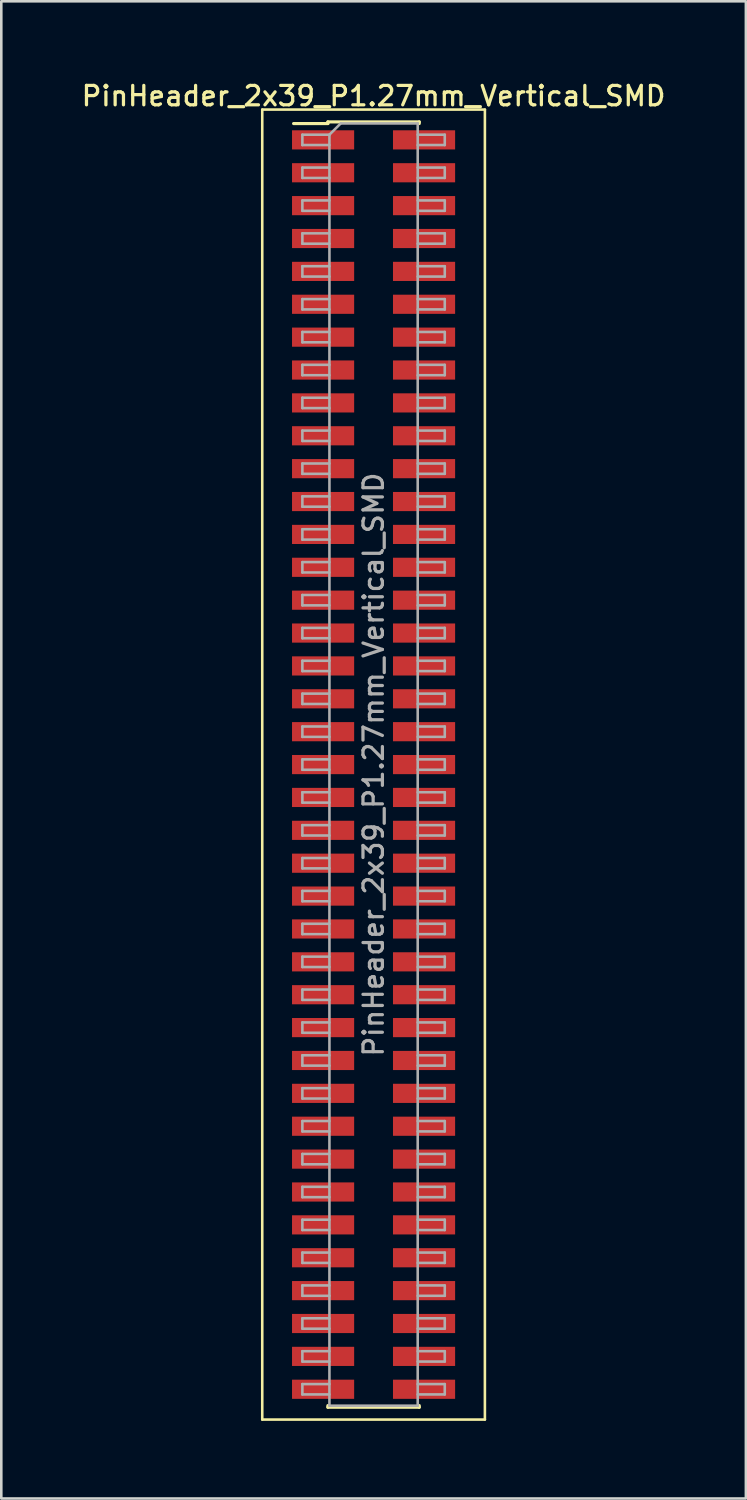
<source format=kicad_pcb>
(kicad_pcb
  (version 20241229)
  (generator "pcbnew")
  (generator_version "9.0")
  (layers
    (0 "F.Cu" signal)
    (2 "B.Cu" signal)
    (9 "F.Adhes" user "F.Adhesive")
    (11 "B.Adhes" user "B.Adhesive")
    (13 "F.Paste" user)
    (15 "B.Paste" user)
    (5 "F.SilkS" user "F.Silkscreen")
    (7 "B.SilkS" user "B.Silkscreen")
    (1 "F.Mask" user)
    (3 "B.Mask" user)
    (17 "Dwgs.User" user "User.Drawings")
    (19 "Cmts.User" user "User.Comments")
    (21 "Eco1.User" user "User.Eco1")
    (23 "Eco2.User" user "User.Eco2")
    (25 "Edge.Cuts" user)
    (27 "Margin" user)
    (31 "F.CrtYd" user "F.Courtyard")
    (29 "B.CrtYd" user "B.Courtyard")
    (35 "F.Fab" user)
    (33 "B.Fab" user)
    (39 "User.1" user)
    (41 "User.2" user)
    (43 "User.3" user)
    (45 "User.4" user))
  (footprint "PinHeader_2x39_P1.27mm_Vertical_SMD"
    (layer "F.Cu")
    (at 11.38 26.483)
    (property "Reference" "PinHeader_2x39_P1.27mm_Vertical_SMD" (at 0 -25.825 0) (layer "F.SilkS") (effects (font (size 0.75 0.75) (thickness 0.125))))
    (attr smd)
    (fp_line (start -4.3 -25.3) (end -4.3 25.3) (stroke (width 0.1) (type solid)) (layer "F.SilkS"))
    (fp_line (start -4.3 25.3) (end 4.3 25.3) (stroke (width 0.1) (type solid)) (layer "F.SilkS"))
    (fp_line (start -3.09 -24.76) (end -1.765 -24.76) (stroke (width 0.12) (type solid)) (layer "F.SilkS"))
    (fp_line (start -1.765 -24.825) (end -1.765 -24.76) (stroke (width 0.12) (type solid)) (layer "F.SilkS"))
    (fp_line (start -1.765 -24.825) (end 1.765 -24.825) (stroke (width 0.12) (type solid)) (layer "F.SilkS"))
    (fp_line (start -1.765 24.76) (end -1.765 24.825) (stroke (width 0.12) (type solid)) (layer "F.SilkS"))
    (fp_line (start -1.765 24.825) (end 1.765 24.825) (stroke (width 0.12) (type solid)) (layer "F.SilkS"))
    (fp_line (start 1.765 -24.825) (end 1.765 -24.76) (stroke (width 0.12) (type solid)) (layer "F.SilkS"))
    (fp_line (start 1.765 24.76) (end 1.765 24.825) (stroke (width 0.12) (type solid)) (layer "F.SilkS"))
    (fp_line (start 4.3 -25.3) (end -4.3 -25.3) (stroke (width 0.1) (type solid)) (layer "F.SilkS"))
    (fp_line (start 4.3 25.3) (end 4.3 -25.3) (stroke (width 0.1) (type solid)) (layer "F.SilkS"))
    (fp_line (start -2.75 -24.33) (end -2.75 -23.93) (stroke (width 0.1) (type solid)) (layer "F.Fab"))
    (fp_line (start -2.75 -23.93) (end -1.705 -23.93) (stroke (width 0.1) (type solid)) (layer "F.Fab"))
    (fp_line (start -2.75 -23.06) (end -2.75 -22.66) (stroke (width 0.1) (type solid)) (layer "F.Fab"))
    (fp_line (start -2.75 -22.66) (end -1.705 -22.66) (stroke (width 0.1) (type solid)) (layer "F.Fab"))
    (fp_line (start -2.75 -21.79) (end -2.75 -21.39) (stroke (width 0.1) (type solid)) (layer "F.Fab"))
    (fp_line (start -2.75 -21.39) (end -1.705 -21.39) (stroke (width 0.1) (type solid)) (layer "F.Fab"))
    (fp_line (start -2.75 -20.52) (end -2.75 -20.12) (stroke (width 0.1) (type solid)) (layer "F.Fab"))
    (fp_line (start -2.75 -20.12) (end -1.705 -20.12) (stroke (width 0.1) (type solid)) (layer "F.Fab"))
    (fp_line (start -2.75 -19.25) (end -2.75 -18.85) (stroke (width 0.1) (type solid)) (layer "F.Fab"))
    (fp_line (start -2.75 -18.85) (end -1.705 -18.85) (stroke (width 0.1) (type solid)) (layer "F.Fab"))
    (fp_line (start -2.75 -17.98) (end -2.75 -17.58) (stroke (width 0.1) (type solid)) (layer "F.Fab"))
    (fp_line (start -2.75 -17.58) (end -1.705 -17.58) (stroke (width 0.1) (type solid)) (layer "F.Fab"))
    (fp_line (start -2.75 -16.71) (end -2.75 -16.31) (stroke (width 0.1) (type solid)) (layer "F.Fab"))
    (fp_line (start -2.75 -16.31) (end -1.705 -16.31) (stroke (width 0.1) (type solid)) (layer "F.Fab"))
    (fp_line (start -2.75 -15.44) (end -2.75 -15.04) (stroke (width 0.1) (type solid)) (layer "F.Fab"))
    (fp_line (start -2.75 -15.04) (end -1.705 -15.04) (stroke (width 0.1) (type solid)) (layer "F.Fab"))
    (fp_line (start -2.75 -14.17) (end -2.75 -13.77) (stroke (width 0.1) (type solid)) (layer "F.Fab"))
    (fp_line (start -2.75 -13.77) (end -1.705 -13.77) (stroke (width 0.1) (type solid)) (layer "F.Fab"))
    (fp_line (start -2.75 -12.9) (end -2.75 -12.5) (stroke (width 0.1) (type solid)) (layer "F.Fab"))
    (fp_line (start -2.75 -12.5) (end -1.705 -12.5) (stroke (width 0.1) (type solid)) (layer "F.Fab"))
    (fp_line (start -2.75 -11.63) (end -2.75 -11.23) (stroke (width 0.1) (type solid)) (layer "F.Fab"))
    (fp_line (start -2.75 -11.23) (end -1.705 -11.23) (stroke (width 0.1) (type solid)) (layer "F.Fab"))
    (fp_line (start -2.75 -10.36) (end -2.75 -9.96) (stroke (width 0.1) (type solid)) (layer "F.Fab"))
    (fp_line (start -2.75 -9.96) (end -1.705 -9.96) (stroke (width 0.1) (type solid)) (layer "F.Fab"))
    (fp_line (start -2.75 -9.09) (end -2.75 -8.69) (stroke (width 0.1) (type solid)) (layer "F.Fab"))
    (fp_line (start -2.75 -8.69) (end -1.705 -8.69) (stroke (width 0.1) (type solid)) (layer "F.Fab"))
    (fp_line (start -2.75 -7.82) (end -2.75 -7.42) (stroke (width 0.1) (type solid)) (layer "F.Fab"))
    (fp_line (start -2.75 -7.42) (end -1.705 -7.42) (stroke (width 0.1) (type solid)) (layer "F.Fab"))
    (fp_line (start -2.75 -6.55) (end -2.75 -6.15) (stroke (width 0.1) (type solid)) (layer "F.Fab"))
    (fp_line (start -2.75 -6.15) (end -1.705 -6.15) (stroke (width 0.1) (type solid)) (layer "F.Fab"))
    (fp_line (start -2.75 -5.28) (end -2.75 -4.88) (stroke (width 0.1) (type solid)) (layer "F.Fab"))
    (fp_line (start -2.75 -4.88) (end -1.705 -4.88) (stroke (width 0.1) (type solid)) (layer "F.Fab"))
    (fp_line (start -2.75 -4.01) (end -2.75 -3.61) (stroke (width 0.1) (type solid)) (layer "F.Fab"))
    (fp_line (start -2.75 -3.61) (end -1.705 -3.61) (stroke (width 0.1) (type solid)) (layer "F.Fab"))
    (fp_line (start -2.75 -2.74) (end -2.75 -2.34) (stroke (width 0.1) (type solid)) (layer "F.Fab"))
    (fp_line (start -2.75 -2.34) (end -1.705 -2.34) (stroke (width 0.1) (type solid)) (layer "F.Fab"))
    (fp_line (start -2.75 -1.47) (end -2.75 -1.07) (stroke (width 0.1) (type solid)) (layer "F.Fab"))
    (fp_line (start -2.75 -1.07) (end -1.705 -1.07) (stroke (width 0.1) (type solid)) (layer "F.Fab"))
    (fp_line (start -2.75 -0.2) (end -2.75 0.2) (stroke (width 0.1) (type solid)) (layer "F.Fab"))
    (fp_line (start -2.75 0.2) (end -1.705 0.2) (stroke (width 0.1) (type solid)) (layer "F.Fab"))
    (fp_line (start -2.75 1.07) (end -2.75 1.47) (stroke (width 0.1) (type solid)) (layer "F.Fab"))
    (fp_line (start -2.75 1.47) (end -1.705 1.47) (stroke (width 0.1) (type solid)) (layer "F.Fab"))
    (fp_line (start -2.75 2.34) (end -2.75 2.74) (stroke (width 0.1) (type solid)) (layer "F.Fab"))
    (fp_line (start -2.75 2.74) (end -1.705 2.74) (stroke (width 0.1) (type solid)) (layer "F.Fab"))
    (fp_line (start -2.75 3.61) (end -2.75 4.01) (stroke (width 0.1) (type solid)) (layer "F.Fab"))
    (fp_line (start -2.75 4.01) (end -1.705 4.01) (stroke (width 0.1) (type solid)) (layer "F.Fab"))
    (fp_line (start -2.75 4.88) (end -2.75 5.28) (stroke (width 0.1) (type solid)) (layer "F.Fab"))
    (fp_line (start -2.75 5.28) (end -1.705 5.28) (stroke (width 0.1) (type solid)) (layer "F.Fab"))
    (fp_line (start -2.75 6.15) (end -2.75 6.55) (stroke (width 0.1) (type solid)) (layer "F.Fab"))
    (fp_line (start -2.75 6.55) (end -1.705 6.55) (stroke (width 0.1) (type solid)) (layer "F.Fab"))
    (fp_line (start -2.75 7.42) (end -2.75 7.82) (stroke (width 0.1) (type solid)) (layer "F.Fab"))
    (fp_line (start -2.75 7.82) (end -1.705 7.82) (stroke (width 0.1) (type solid)) (layer "F.Fab"))
    (fp_line (start -2.75 8.69) (end -2.75 9.09) (stroke (width 0.1) (type solid)) (layer "F.Fab"))
    (fp_line (start -2.75 9.09) (end -1.705 9.09) (stroke (width 0.1) (type solid)) (layer "F.Fab"))
    (fp_line (start -2.75 9.96) (end -2.75 10.36) (stroke (width 0.1) (type solid)) (layer "F.Fab"))
    (fp_line (start -2.75 10.36) (end -1.705 10.36) (stroke (width 0.1) (type solid)) (layer "F.Fab"))
    (fp_line (start -2.75 11.23) (end -2.75 11.63) (stroke (width 0.1) (type solid)) (layer "F.Fab"))
    (fp_line (start -2.75 11.63) (end -1.705 11.63) (stroke (width 0.1) (type solid)) (layer "F.Fab"))
    (fp_line (start -2.75 12.5) (end -2.75 12.9) (stroke (width 0.1) (type solid)) (layer "F.Fab"))
    (fp_line (start -2.75 12.9) (end -1.705 12.9) (stroke (width 0.1) (type solid)) (layer "F.Fab"))
    (fp_line (start -2.75 13.77) (end -2.75 14.17) (stroke (width 0.1) (type solid)) (layer "F.Fab"))
    (fp_line (start -2.75 14.17) (end -1.705 14.17) (stroke (width 0.1) (type solid)) (layer "F.Fab"))
    (fp_line (start -2.75 15.04) (end -2.75 15.44) (stroke (width 0.1) (type solid)) (layer "F.Fab"))
    (fp_line (start -2.75 15.44) (end -1.705 15.44) (stroke (width 0.1) (type solid)) (layer "F.Fab"))
    (fp_line (start -2.75 16.31) (end -2.75 16.71) (stroke (width 0.1) (type solid)) (layer "F.Fab"))
    (fp_line (start -2.75 16.71) (end -1.705 16.71) (stroke (width 0.1) (type solid)) (layer "F.Fab"))
    (fp_line (start -2.75 17.58) (end -2.75 17.98) (stroke (width 0.1) (type solid)) (layer "F.Fab"))
    (fp_line (start -2.75 17.98) (end -1.705 17.98) (stroke (width 0.1) (type solid)) (layer "F.Fab"))
    (fp_line (start -2.75 18.85) (end -2.75 19.25) (stroke (width 0.1) (type solid)) (layer "F.Fab"))
    (fp_line (start -2.75 19.25) (end -1.705 19.25) (stroke (width 0.1) (type solid)) (layer "F.Fab"))
    (fp_line (start -2.75 20.12) (end -2.75 20.52) (stroke (width 0.1) (type solid)) (layer "F.Fab"))
    (fp_line (start -2.75 20.52) (end -1.705 20.52) (stroke (width 0.1) (type solid)) (layer "F.Fab"))
    (fp_line (start -2.75 21.39) (end -2.75 21.79) (stroke (width 0.1) (type solid)) (layer "F.Fab"))
    (fp_line (start -2.75 21.79) (end -1.705 21.79) (stroke (width 0.1) (type solid)) (layer "F.Fab"))
    (fp_line (start -2.75 22.66) (end -2.75 23.06) (stroke (width 0.1) (type solid)) (layer "F.Fab"))
    (fp_line (start -2.75 23.06) (end -1.705 23.06) (stroke (width 0.1) (type solid)) (layer "F.Fab"))
    (fp_line (start -2.75 23.93) (end -2.75 24.33) (stroke (width 0.1) (type solid)) (layer "F.Fab"))
    (fp_line (start -2.75 24.33) (end -1.705 24.33) (stroke (width 0.1) (type solid)) (layer "F.Fab"))
    (fp_line (start -1.705 -24.33) (end -2.75 -24.33) (stroke (width 0.1) (type solid)) (layer "F.Fab"))
    (fp_line (start -1.705 -24.33) (end -1.27 -24.765) (stroke (width 0.1) (type solid)) (layer "F.Fab"))
    (fp_line (start -1.705 -23.06) (end -2.75 -23.06) (stroke (width 0.1) (type solid)) (layer "F.Fab"))
    (fp_line (start -1.705 -21.79) (end -2.75 -21.79) (stroke (width 0.1) (type solid)) (layer "F.Fab"))
    (fp_line (start -1.705 -20.52) (end -2.75 -20.52) (stroke (width 0.1) (type solid)) (layer "F.Fab"))
    (fp_line (start -1.705 -19.25) (end -2.75 -19.25) (stroke (width 0.1) (type solid)) (layer "F.Fab"))
    (fp_line (start -1.705 -17.98) (end -2.75 -17.98) (stroke (width 0.1) (type solid)) (layer "F.Fab"))
    (fp_line (start -1.705 -16.71) (end -2.75 -16.71) (stroke (width 0.1) (type solid)) (layer "F.Fab"))
    (fp_line (start -1.705 -15.44) (end -2.75 -15.44) (stroke (width 0.1) (type solid)) (layer "F.Fab"))
    (fp_line (start -1.705 -14.17) (end -2.75 -14.17) (stroke (width 0.1) (type solid)) (layer "F.Fab"))
    (fp_line (start -1.705 -12.9) (end -2.75 -12.9) (stroke (width 0.1) (type solid)) (layer "F.Fab"))
    (fp_line (start -1.705 -11.63) (end -2.75 -11.63) (stroke (width 0.1) (type solid)) (layer "F.Fab"))
    (fp_line (start -1.705 -10.36) (end -2.75 -10.36) (stroke (width 0.1) (type solid)) (layer "F.Fab"))
    (fp_line (start -1.705 -9.09) (end -2.75 -9.09) (stroke (width 0.1) (type solid)) (layer "F.Fab"))
    (fp_line (start -1.705 -7.82) (end -2.75 -7.82) (stroke (width 0.1) (type solid)) (layer "F.Fab"))
    (fp_line (start -1.705 -6.55) (end -2.75 -6.55) (stroke (width 0.1) (type solid)) (layer "F.Fab"))
    (fp_line (start -1.705 -5.28) (end -2.75 -5.28) (stroke (width 0.1) (type solid)) (layer "F.Fab"))
    (fp_line (start -1.705 -4.01) (end -2.75 -4.01) (stroke (width 0.1) (type solid)) (layer "F.Fab"))
    (fp_line (start -1.705 -2.74) (end -2.75 -2.74) (stroke (width 0.1) (type solid)) (layer "F.Fab"))
    (fp_line (start -1.705 -1.47) (end -2.75 -1.47) (stroke (width 0.1) (type solid)) (layer "F.Fab"))
    (fp_line (start -1.705 -0.2) (end -2.75 -0.2) (stroke (width 0.1) (type solid)) (layer "F.Fab"))
    (fp_line (start -1.705 1.07) (end -2.75 1.07) (stroke (width 0.1) (type solid)) (layer "F.Fab"))
    (fp_line (start -1.705 2.34) (end -2.75 2.34) (stroke (width 0.1) (type solid)) (layer "F.Fab"))
    (fp_line (start -1.705 3.61) (end -2.75 3.61) (stroke (width 0.1) (type solid)) (layer "F.Fab"))
    (fp_line (start -1.705 4.88) (end -2.75 4.88) (stroke (width 0.1) (type solid)) (layer "F.Fab"))
    (fp_line (start -1.705 6.15) (end -2.75 6.15) (stroke (width 0.1) (type solid)) (layer "F.Fab"))
    (fp_line (start -1.705 7.42) (end -2.75 7.42) (stroke (width 0.1) (type solid)) (layer "F.Fab"))
    (fp_line (start -1.705 8.69) (end -2.75 8.69) (stroke (width 0.1) (type solid)) (layer "F.Fab"))
    (fp_line (start -1.705 9.96) (end -2.75 9.96) (stroke (width 0.1) (type solid)) (layer "F.Fab"))
    (fp_line (start -1.705 11.23) (end -2.75 11.23) (stroke (width 0.1) (type solid)) (layer "F.Fab"))
    (fp_line (start -1.705 12.5) (end -2.75 12.5) (stroke (width 0.1) (type solid)) (layer "F.Fab"))
    (fp_line (start -1.705 13.77) (end -2.75 13.77) (stroke (width 0.1) (type solid)) (layer "F.Fab"))
    (fp_line (start -1.705 15.04) (end -2.75 15.04) (stroke (width 0.1) (type solid)) (layer "F.Fab"))
    (fp_line (start -1.705 16.31) (end -2.75 16.31) (stroke (width 0.1) (type solid)) (layer "F.Fab"))
    (fp_line (start -1.705 17.58) (end -2.75 17.58) (stroke (width 0.1) (type solid)) (layer "F.Fab"))
    (fp_line (start -1.705 18.85) (end -2.75 18.85) (stroke (width 0.1) (type solid)) (layer "F.Fab"))
    (fp_line (start -1.705 20.12) (end -2.75 20.12) (stroke (width 0.1) (type solid)) (layer "F.Fab"))
    (fp_line (start -1.705 21.39) (end -2.75 21.39) (stroke (width 0.1) (type solid)) (layer "F.Fab"))
    (fp_line (start -1.705 22.66) (end -2.75 22.66) (stroke (width 0.1) (type solid)) (layer "F.Fab"))
    (fp_line (start -1.705 23.93) (end -2.75 23.93) (stroke (width 0.1) (type solid)) (layer "F.Fab"))
    (fp_line (start -1.705 24.765) (end -1.705 -24.33) (stroke (width 0.1) (type solid)) (layer "F.Fab"))
    (fp_line (start -1.27 -24.765) (end 1.705 -24.765) (stroke (width 0.1) (type solid)) (layer "F.Fab"))
    (fp_line (start 1.705 -24.765) (end 1.705 24.765) (stroke (width 0.1) (type solid)) (layer "F.Fab"))
    (fp_line (start 1.705 -24.33) (end 2.75 -24.33) (stroke (width 0.1) (type solid)) (layer "F.Fab"))
    (fp_line (start 1.705 -23.06) (end 2.75 -23.06) (stroke (width 0.1) (type solid)) (layer "F.Fab"))
    (fp_line (start 1.705 -21.79) (end 2.75 -21.79) (stroke (width 0.1) (type solid)) (layer "F.Fab"))
    (fp_line (start 1.705 -20.52) (end 2.75 -20.52) (stroke (width 0.1) (type solid)) (layer "F.Fab"))
    (fp_line (start 1.705 -19.25) (end 2.75 -19.25) (stroke (width 0.1) (type solid)) (layer "F.Fab"))
    (fp_line (start 1.705 -17.98) (end 2.75 -17.98) (stroke (width 0.1) (type solid)) (layer "F.Fab"))
    (fp_line (start 1.705 -16.71) (end 2.75 -16.71) (stroke (width 0.1) (type solid)) (layer "F.Fab"))
    (fp_line (start 1.705 -15.44) (end 2.75 -15.44) (stroke (width 0.1) (type solid)) (layer "F.Fab"))
    (fp_line (start 1.705 -14.17) (end 2.75 -14.17) (stroke (width 0.1) (type solid)) (layer "F.Fab"))
    (fp_line (start 1.705 -12.9) (end 2.75 -12.9) (stroke (width 0.1) (type solid)) (layer "F.Fab"))
    (fp_line (start 1.705 -11.63) (end 2.75 -11.63) (stroke (width 0.1) (type solid)) (layer "F.Fab"))
    (fp_line (start 1.705 -10.36) (end 2.75 -10.36) (stroke (width 0.1) (type solid)) (layer "F.Fab"))
    (fp_line (start 1.705 -9.09) (end 2.75 -9.09) (stroke (width 0.1) (type solid)) (layer "F.Fab"))
    (fp_line (start 1.705 -7.82) (end 2.75 -7.82) (stroke (width 0.1) (type solid)) (layer "F.Fab"))
    (fp_line (start 1.705 -6.55) (end 2.75 -6.55) (stroke (width 0.1) (type solid)) (layer "F.Fab"))
    (fp_line (start 1.705 -5.28) (end 2.75 -5.28) (stroke (width 0.1) (type solid)) (layer "F.Fab"))
    (fp_line (start 1.705 -4.01) (end 2.75 -4.01) (stroke (width 0.1) (type solid)) (layer "F.Fab"))
    (fp_line (start 1.705 -2.74) (end 2.75 -2.74) (stroke (width 0.1) (type solid)) (layer "F.Fab"))
    (fp_line (start 1.705 -1.47) (end 2.75 -1.47) (stroke (width 0.1) (type solid)) (layer "F.Fab"))
    (fp_line (start 1.705 -0.2) (end 2.75 -0.2) (stroke (width 0.1) (type solid)) (layer "F.Fab"))
    (fp_line (start 1.705 1.07) (end 2.75 1.07) (stroke (width 0.1) (type solid)) (layer "F.Fab"))
    (fp_line (start 1.705 2.34) (end 2.75 2.34) (stroke (width 0.1) (type solid)) (layer "F.Fab"))
    (fp_line (start 1.705 3.61) (end 2.75 3.61) (stroke (width 0.1) (type solid)) (layer "F.Fab"))
    (fp_line (start 1.705 4.88) (end 2.75 4.88) (stroke (width 0.1) (type solid)) (layer "F.Fab"))
    (fp_line (start 1.705 6.15) (end 2.75 6.15) (stroke (width 0.1) (type solid)) (layer "F.Fab"))
    (fp_line (start 1.705 7.42) (end 2.75 7.42) (stroke (width 0.1) (type solid)) (layer "F.Fab"))
    (fp_line (start 1.705 8.69) (end 2.75 8.69) (stroke (width 0.1) (type solid)) (layer "F.Fab"))
    (fp_line (start 1.705 9.96) (end 2.75 9.96) (stroke (width 0.1) (type solid)) (layer "F.Fab"))
    (fp_line (start 1.705 11.23) (end 2.75 11.23) (stroke (width 0.1) (type solid)) (layer "F.Fab"))
    (fp_line (start 1.705 12.5) (end 2.75 12.5) (stroke (width 0.1) (type solid)) (layer "F.Fab"))
    (fp_line (start 1.705 13.77) (end 2.75 13.77) (stroke (width 0.1) (type solid)) (layer "F.Fab"))
    (fp_line (start 1.705 15.04) (end 2.75 15.04) (stroke (width 0.1) (type solid)) (layer "F.Fab"))
    (fp_line (start 1.705 16.31) (end 2.75 16.31) (stroke (width 0.1) (type solid)) (layer "F.Fab"))
    (fp_line (start 1.705 17.58) (end 2.75 17.58) (stroke (width 0.1) (type solid)) (layer "F.Fab"))
    (fp_line (start 1.705 18.85) (end 2.75 18.85) (stroke (width 0.1) (type solid)) (layer "F.Fab"))
    (fp_line (start 1.705 20.12) (end 2.75 20.12) (stroke (width 0.1) (type solid)) (layer "F.Fab"))
    (fp_line (start 1.705 21.39) (end 2.75 21.39) (stroke (width 0.1) (type solid)) (layer "F.Fab"))
    (fp_line (start 1.705 22.66) (end 2.75 22.66) (stroke (width 0.1) (type solid)) (layer "F.Fab"))
    (fp_line (start 1.705 23.93) (end 2.75 23.93) (stroke (width 0.1) (type solid)) (layer "F.Fab"))
    (fp_line (start 1.705 24.765) (end -1.705 24.765) (stroke (width 0.1) (type solid)) (layer "F.Fab"))
    (fp_line (start 2.75 -24.33) (end 2.75 -23.93) (stroke (width 0.1) (type solid)) (layer "F.Fab"))
    (fp_line (start 2.75 -23.93) (end 1.705 -23.93) (stroke (width 0.1) (type solid)) (layer "F.Fab"))
    (fp_line (start 2.75 -23.06) (end 2.75 -22.66) (stroke (width 0.1) (type solid)) (layer "F.Fab"))
    (fp_line (start 2.75 -22.66) (end 1.705 -22.66) (stroke (width 0.1) (type solid)) (layer "F.Fab"))
    (fp_line (start 2.75 -21.79) (end 2.75 -21.39) (stroke (width 0.1) (type solid)) (layer "F.Fab"))
    (fp_line (start 2.75 -21.39) (end 1.705 -21.39) (stroke (width 0.1) (type solid)) (layer "F.Fab"))
    (fp_line (start 2.75 -20.52) (end 2.75 -20.12) (stroke (width 0.1) (type solid)) (layer "F.Fab"))
    (fp_line (start 2.75 -20.12) (end 1.705 -20.12) (stroke (width 0.1) (type solid)) (layer "F.Fab"))
    (fp_line (start 2.75 -19.25) (end 2.75 -18.85) (stroke (width 0.1) (type solid)) (layer "F.Fab"))
    (fp_line (start 2.75 -18.85) (end 1.705 -18.85) (stroke (width 0.1) (type solid)) (layer "F.Fab"))
    (fp_line (start 2.75 -17.98) (end 2.75 -17.58) (stroke (width 0.1) (type solid)) (layer "F.Fab"))
    (fp_line (start 2.75 -17.58) (end 1.705 -17.58) (stroke (width 0.1) (type solid)) (layer "F.Fab"))
    (fp_line (start 2.75 -16.71) (end 2.75 -16.31) (stroke (width 0.1) (type solid)) (layer "F.Fab"))
    (fp_line (start 2.75 -16.31) (end 1.705 -16.31) (stroke (width 0.1) (type solid)) (layer "F.Fab"))
    (fp_line (start 2.75 -15.44) (end 2.75 -15.04) (stroke (width 0.1) (type solid)) (layer "F.Fab"))
    (fp_line (start 2.75 -15.04) (end 1.705 -15.04) (stroke (width 0.1) (type solid)) (layer "F.Fab"))
    (fp_line (start 2.75 -14.17) (end 2.75 -13.77) (stroke (width 0.1) (type solid)) (layer "F.Fab"))
    (fp_line (start 2.75 -13.77) (end 1.705 -13.77) (stroke (width 0.1) (type solid)) (layer "F.Fab"))
    (fp_line (start 2.75 -12.9) (end 2.75 -12.5) (stroke (width 0.1) (type solid)) (layer "F.Fab"))
    (fp_line (start 2.75 -12.5) (end 1.705 -12.5) (stroke (width 0.1) (type solid)) (layer "F.Fab"))
    (fp_line (start 2.75 -11.63) (end 2.75 -11.23) (stroke (width 0.1) (type solid)) (layer "F.Fab"))
    (fp_line (start 2.75 -11.23) (end 1.705 -11.23) (stroke (width 0.1) (type solid)) (layer "F.Fab"))
    (fp_line (start 2.75 -10.36) (end 2.75 -9.96) (stroke (width 0.1) (type solid)) (layer "F.Fab"))
    (fp_line (start 2.75 -9.96) (end 1.705 -9.96) (stroke (width 0.1) (type solid)) (layer "F.Fab"))
    (fp_line (start 2.75 -9.09) (end 2.75 -8.69) (stroke (width 0.1) (type solid)) (layer "F.Fab"))
    (fp_line (start 2.75 -8.69) (end 1.705 -8.69) (stroke (width 0.1) (type solid)) (layer "F.Fab"))
    (fp_line (start 2.75 -7.82) (end 2.75 -7.42) (stroke (width 0.1) (type solid)) (layer "F.Fab"))
    (fp_line (start 2.75 -7.42) (end 1.705 -7.42) (stroke (width 0.1) (type solid)) (layer "F.Fab"))
    (fp_line (start 2.75 -6.55) (end 2.75 -6.15) (stroke (width 0.1) (type solid)) (layer "F.Fab"))
    (fp_line (start 2.75 -6.15) (end 1.705 -6.15) (stroke (width 0.1) (type solid)) (layer "F.Fab"))
    (fp_line (start 2.75 -5.28) (end 2.75 -4.88) (stroke (width 0.1) (type solid)) (layer "F.Fab"))
    (fp_line (start 2.75 -4.88) (end 1.705 -4.88) (stroke (width 0.1) (type solid)) (layer "F.Fab"))
    (fp_line (start 2.75 -4.01) (end 2.75 -3.61) (stroke (width 0.1) (type solid)) (layer "F.Fab"))
    (fp_line (start 2.75 -3.61) (end 1.705 -3.61) (stroke (width 0.1) (type solid)) (layer "F.Fab"))
    (fp_line (start 2.75 -2.74) (end 2.75 -2.34) (stroke (width 0.1) (type solid)) (layer "F.Fab"))
    (fp_line (start 2.75 -2.34) (end 1.705 -2.34) (stroke (width 0.1) (type solid)) (layer "F.Fab"))
    (fp_line (start 2.75 -1.47) (end 2.75 -1.07) (stroke (width 0.1) (type solid)) (layer "F.Fab"))
    (fp_line (start 2.75 -1.07) (end 1.705 -1.07) (stroke (width 0.1) (type solid)) (layer "F.Fab"))
    (fp_line (start 2.75 -0.2) (end 2.75 0.2) (stroke (width 0.1) (type solid)) (layer "F.Fab"))
    (fp_line (start 2.75 0.2) (end 1.705 0.2) (stroke (width 0.1) (type solid)) (layer "F.Fab"))
    (fp_line (start 2.75 1.07) (end 2.75 1.47) (stroke (width 0.1) (type solid)) (layer "F.Fab"))
    (fp_line (start 2.75 1.47) (end 1.705 1.47) (stroke (width 0.1) (type solid)) (layer "F.Fab"))
    (fp_line (start 2.75 2.34) (end 2.75 2.74) (stroke (width 0.1) (type solid)) (layer "F.Fab"))
    (fp_line (start 2.75 2.74) (end 1.705 2.74) (stroke (width 0.1) (type solid)) (layer "F.Fab"))
    (fp_line (start 2.75 3.61) (end 2.75 4.01) (stroke (width 0.1) (type solid)) (layer "F.Fab"))
    (fp_line (start 2.75 4.01) (end 1.705 4.01) (stroke (width 0.1) (type solid)) (layer "F.Fab"))
    (fp_line (start 2.75 4.88) (end 2.75 5.28) (stroke (width 0.1) (type solid)) (layer "F.Fab"))
    (fp_line (start 2.75 5.28) (end 1.705 5.28) (stroke (width 0.1) (type solid)) (layer "F.Fab"))
    (fp_line (start 2.75 6.15) (end 2.75 6.55) (stroke (width 0.1) (type solid)) (layer "F.Fab"))
    (fp_line (start 2.75 6.55) (end 1.705 6.55) (stroke (width 0.1) (type solid)) (layer "F.Fab"))
    (fp_line (start 2.75 7.42) (end 2.75 7.82) (stroke (width 0.1) (type solid)) (layer "F.Fab"))
    (fp_line (start 2.75 7.82) (end 1.705 7.82) (stroke (width 0.1) (type solid)) (layer "F.Fab"))
    (fp_line (start 2.75 8.69) (end 2.75 9.09) (stroke (width 0.1) (type solid)) (layer "F.Fab"))
    (fp_line (start 2.75 9.09) (end 1.705 9.09) (stroke (width 0.1) (type solid)) (layer "F.Fab"))
    (fp_line (start 2.75 9.96) (end 2.75 10.36) (stroke (width 0.1) (type solid)) (layer "F.Fab"))
    (fp_line (start 2.75 10.36) (end 1.705 10.36) (stroke (width 0.1) (type solid)) (layer "F.Fab"))
    (fp_line (start 2.75 11.23) (end 2.75 11.63) (stroke (width 0.1) (type solid)) (layer "F.Fab"))
    (fp_line (start 2.75 11.63) (end 1.705 11.63) (stroke (width 0.1) (type solid)) (layer "F.Fab"))
    (fp_line (start 2.75 12.5) (end 2.75 12.9) (stroke (width 0.1) (type solid)) (layer "F.Fab"))
    (fp_line (start 2.75 12.9) (end 1.705 12.9) (stroke (width 0.1) (type solid)) (layer "F.Fab"))
    (fp_line (start 2.75 13.77) (end 2.75 14.17) (stroke (width 0.1) (type solid)) (layer "F.Fab"))
    (fp_line (start 2.75 14.17) (end 1.705 14.17) (stroke (width 0.1) (type solid)) (layer "F.Fab"))
    (fp_line (start 2.75 15.04) (end 2.75 15.44) (stroke (width 0.1) (type solid)) (layer "F.Fab"))
    (fp_line (start 2.75 15.44) (end 1.705 15.44) (stroke (width 0.1) (type solid)) (layer "F.Fab"))
    (fp_line (start 2.75 16.31) (end 2.75 16.71) (stroke (width 0.1) (type solid)) (layer "F.Fab"))
    (fp_line (start 2.75 16.71) (end 1.705 16.71) (stroke (width 0.1) (type solid)) (layer "F.Fab"))
    (fp_line (start 2.75 17.58) (end 2.75 17.98) (stroke (width 0.1) (type solid)) (layer "F.Fab"))
    (fp_line (start 2.75 17.98) (end 1.705 17.98) (stroke (width 0.1) (type solid)) (layer "F.Fab"))
    (fp_line (start 2.75 18.85) (end 2.75 19.25) (stroke (width 0.1) (type solid)) (layer "F.Fab"))
    (fp_line (start 2.75 19.25) (end 1.705 19.25) (stroke (width 0.1) (type solid)) (layer "F.Fab"))
    (fp_line (start 2.75 20.12) (end 2.75 20.52) (stroke (width 0.1) (type solid)) (layer "F.Fab"))
    (fp_line (start 2.75 20.52) (end 1.705 20.52) (stroke (width 0.1) (type solid)) (layer "F.Fab"))
    (fp_line (start 2.75 21.39) (end 2.75 21.79) (stroke (width 0.1) (type solid)) (layer "F.Fab"))
    (fp_line (start 2.75 21.79) (end 1.705 21.79) (stroke (width 0.1) (type solid)) (layer "F.Fab"))
    (fp_line (start 2.75 22.66) (end 2.75 23.06) (stroke (width 0.1) (type solid)) (layer "F.Fab"))
    (fp_line (start 2.75 23.06) (end 1.705 23.06) (stroke (width 0.1) (type solid)) (layer "F.Fab"))
    (fp_line (start 2.75 23.93) (end 2.75 24.33) (stroke (width 0.1) (type solid)) (layer "F.Fab"))
    (fp_line (start 2.75 24.33) (end 1.705 24.33) (stroke (width 0.1) (type solid)) (layer "F.Fab"))
    (fp_text user "${REFERENCE}" (at 0 0 90) (layer "F.Fab") (effects (font (size 0.75 0.75) (thickness 0.125))))
    (pad "1" smd rect (at -1.95 -24.13) (size 2.4 0.74) (layers "F.Cu" "F.Mask" "F.Paste"))
    (pad "2" smd rect (at 1.95 -24.13) (size 2.4 0.74) (layers "F.Cu" "F.Mask" "F.Paste"))
    (pad "3" smd rect (at -1.95 -22.86) (size 2.4 0.74) (layers "F.Cu" "F.Mask" "F.Paste"))
    (pad "4" smd rect (at 1.95 -22.86) (size 2.4 0.74) (layers "F.Cu" "F.Mask" "F.Paste"))
    (pad "5" smd rect (at -1.95 -21.59) (size 2.4 0.74) (layers "F.Cu" "F.Mask" "F.Paste"))
    (pad "6" smd rect (at 1.95 -21.59) (size 2.4 0.74) (layers "F.Cu" "F.Mask" "F.Paste"))
    (pad "7" smd rect (at -1.95 -20.32) (size 2.4 0.74) (layers "F.Cu" "F.Mask" "F.Paste"))
    (pad "8" smd rect (at 1.95 -20.32) (size 2.4 0.74) (layers "F.Cu" "F.Mask" "F.Paste"))
    (pad "9" smd rect (at -1.95 -19.05) (size 2.4 0.74) (layers "F.Cu" "F.Mask" "F.Paste"))
    (pad "10" smd rect (at 1.95 -19.05) (size 2.4 0.74) (layers "F.Cu" "F.Mask" "F.Paste"))
    (pad "11" smd rect (at -1.95 -17.78) (size 2.4 0.74) (layers "F.Cu" "F.Mask" "F.Paste"))
    (pad "12" smd rect (at 1.95 -17.78) (size 2.4 0.74) (layers "F.Cu" "F.Mask" "F.Paste"))
    (pad "13" smd rect (at -1.95 -16.51) (size 2.4 0.74) (layers "F.Cu" "F.Mask" "F.Paste"))
    (pad "14" smd rect (at 1.95 -16.51) (size 2.4 0.74) (layers "F.Cu" "F.Mask" "F.Paste"))
    (pad "15" smd rect (at -1.95 -15.24) (size 2.4 0.74) (layers "F.Cu" "F.Mask" "F.Paste"))
    (pad "16" smd rect (at 1.95 -15.24) (size 2.4 0.74) (layers "F.Cu" "F.Mask" "F.Paste"))
    (pad "17" smd rect (at -1.95 -13.97) (size 2.4 0.74) (layers "F.Cu" "F.Mask" "F.Paste"))
    (pad "18" smd rect (at 1.95 -13.97) (size 2.4 0.74) (layers "F.Cu" "F.Mask" "F.Paste"))
    (pad "19" smd rect (at -1.95 -12.7) (size 2.4 0.74) (layers "F.Cu" "F.Mask" "F.Paste"))
    (pad "20" smd rect (at 1.95 -12.7) (size 2.4 0.74) (layers "F.Cu" "F.Mask" "F.Paste"))
    (pad "21" smd rect (at -1.95 -11.43) (size 2.4 0.74) (layers "F.Cu" "F.Mask" "F.Paste"))
    (pad "22" smd rect (at 1.95 -11.43) (size 2.4 0.74) (layers "F.Cu" "F.Mask" "F.Paste"))
    (pad "23" smd rect (at -1.95 -10.16) (size 2.4 0.74) (layers "F.Cu" "F.Mask" "F.Paste"))
    (pad "24" smd rect (at 1.95 -10.16) (size 2.4 0.74) (layers "F.Cu" "F.Mask" "F.Paste"))
    (pad "25" smd rect (at -1.95 -8.89) (size 2.4 0.74) (layers "F.Cu" "F.Mask" "F.Paste"))
    (pad "26" smd rect (at 1.95 -8.89) (size 2.4 0.74) (layers "F.Cu" "F.Mask" "F.Paste"))
    (pad "27" smd rect (at -1.95 -7.62) (size 2.4 0.74) (layers "F.Cu" "F.Mask" "F.Paste"))
    (pad "28" smd rect (at 1.95 -7.62) (size 2.4 0.74) (layers "F.Cu" "F.Mask" "F.Paste"))
    (pad "29" smd rect (at -1.95 -6.35) (size 2.4 0.74) (layers "F.Cu" "F.Mask" "F.Paste"))
    (pad "30" smd rect (at 1.95 -6.35) (size 2.4 0.74) (layers "F.Cu" "F.Mask" "F.Paste"))
    (pad "31" smd rect (at -1.95 -5.08) (size 2.4 0.74) (layers "F.Cu" "F.Mask" "F.Paste"))
    (pad "32" smd rect (at 1.95 -5.08) (size 2.4 0.74) (layers "F.Cu" "F.Mask" "F.Paste"))
    (pad "33" smd rect (at -1.95 -3.81) (size 2.4 0.74) (layers "F.Cu" "F.Mask" "F.Paste"))
    (pad "34" smd rect (at 1.95 -3.81) (size 2.4 0.74) (layers "F.Cu" "F.Mask" "F.Paste"))
    (pad "35" smd rect (at -1.95 -2.54) (size 2.4 0.74) (layers "F.Cu" "F.Mask" "F.Paste"))
    (pad "36" smd rect (at 1.95 -2.54) (size 2.4 0.74) (layers "F.Cu" "F.Mask" "F.Paste"))
    (pad "37" smd rect (at -1.95 -1.27) (size 2.4 0.74) (layers "F.Cu" "F.Mask" "F.Paste"))
    (pad "38" smd rect (at 1.95 -1.27) (size 2.4 0.74) (layers "F.Cu" "F.Mask" "F.Paste"))
    (pad "39" smd rect (at -1.95 0) (size 2.4 0.74) (layers "F.Cu" "F.Mask" "F.Paste"))
    (pad "40" smd rect (at 1.95 0) (size 2.4 0.74) (layers "F.Cu" "F.Mask" "F.Paste"))
    (pad "41" smd rect (at -1.95 1.27) (size 2.4 0.74) (layers "F.Cu" "F.Mask" "F.Paste"))
    (pad "42" smd rect (at 1.95 1.27) (size 2.4 0.74) (layers "F.Cu" "F.Mask" "F.Paste"))
    (pad "43" smd rect (at -1.95 2.54) (size 2.4 0.74) (layers "F.Cu" "F.Mask" "F.Paste"))
    (pad "44" smd rect (at 1.95 2.54) (size 2.4 0.74) (layers "F.Cu" "F.Mask" "F.Paste"))
    (pad "45" smd rect (at -1.95 3.81) (size 2.4 0.74) (layers "F.Cu" "F.Mask" "F.Paste"))
    (pad "46" smd rect (at 1.95 3.81) (size 2.4 0.74) (layers "F.Cu" "F.Mask" "F.Paste"))
    (pad "47" smd rect (at -1.95 5.08) (size 2.4 0.74) (layers "F.Cu" "F.Mask" "F.Paste"))
    (pad "48" smd rect (at 1.95 5.08) (size 2.4 0.74) (layers "F.Cu" "F.Mask" "F.Paste"))
    (pad "49" smd rect (at -1.95 6.35) (size 2.4 0.74) (layers "F.Cu" "F.Mask" "F.Paste"))
    (pad "50" smd rect (at 1.95 6.35) (size 2.4 0.74) (layers "F.Cu" "F.Mask" "F.Paste"))
    (pad "51" smd rect (at -1.95 7.62) (size 2.4 0.74) (layers "F.Cu" "F.Mask" "F.Paste"))
    (pad "52" smd rect (at 1.95 7.62) (size 2.4 0.74) (layers "F.Cu" "F.Mask" "F.Paste"))
    (pad "53" smd rect (at -1.95 8.89) (size 2.4 0.74) (layers "F.Cu" "F.Mask" "F.Paste"))
    (pad "54" smd rect (at 1.95 8.89) (size 2.4 0.74) (layers "F.Cu" "F.Mask" "F.Paste"))
    (pad "55" smd rect (at -1.95 10.16) (size 2.4 0.74) (layers "F.Cu" "F.Mask" "F.Paste"))
    (pad "56" smd rect (at 1.95 10.16) (size 2.4 0.74) (layers "F.Cu" "F.Mask" "F.Paste"))
    (pad "57" smd rect (at -1.95 11.43) (size 2.4 0.74) (layers "F.Cu" "F.Mask" "F.Paste"))
    (pad "58" smd rect (at 1.95 11.43) (size 2.4 0.74) (layers "F.Cu" "F.Mask" "F.Paste"))
    (pad "59" smd rect (at -1.95 12.7) (size 2.4 0.74) (layers "F.Cu" "F.Mask" "F.Paste"))
    (pad "60" smd rect (at 1.95 12.7) (size 2.4 0.74) (layers "F.Cu" "F.Mask" "F.Paste"))
    (pad "61" smd rect (at -1.95 13.97) (size 2.4 0.74) (layers "F.Cu" "F.Mask" "F.Paste"))
    (pad "62" smd rect (at 1.95 13.97) (size 2.4 0.74) (layers "F.Cu" "F.Mask" "F.Paste"))
    (pad "63" smd rect (at -1.95 15.24) (size 2.4 0.74) (layers "F.Cu" "F.Mask" "F.Paste"))
    (pad "64" smd rect (at 1.95 15.24) (size 2.4 0.74) (layers "F.Cu" "F.Mask" "F.Paste"))
    (pad "65" smd rect (at -1.95 16.51) (size 2.4 0.74) (layers "F.Cu" "F.Mask" "F.Paste"))
    (pad "66" smd rect (at 1.95 16.51) (size 2.4 0.74) (layers "F.Cu" "F.Mask" "F.Paste"))
    (pad "67" smd rect (at -1.95 17.78) (size 2.4 0.74) (layers "F.Cu" "F.Mask" "F.Paste"))
    (pad "68" smd rect (at 1.95 17.78) (size 2.4 0.74) (layers "F.Cu" "F.Mask" "F.Paste"))
    (pad "69" smd rect (at -1.95 19.05) (size 2.4 0.74) (layers "F.Cu" "F.Mask" "F.Paste"))
    (pad "70" smd rect (at 1.95 19.05) (size 2.4 0.74) (layers "F.Cu" "F.Mask" "F.Paste"))
    (pad "71" smd rect (at -1.95 20.32) (size 2.4 0.74) (layers "F.Cu" "F.Mask" "F.Paste"))
    (pad "72" smd rect (at 1.95 20.32) (size 2.4 0.74) (layers "F.Cu" "F.Mask" "F.Paste"))
    (pad "73" smd rect (at -1.95 21.59) (size 2.4 0.74) (layers "F.Cu" "F.Mask" "F.Paste"))
    (pad "74" smd rect (at 1.95 21.59) (size 2.4 0.74) (layers "F.Cu" "F.Mask" "F.Paste"))
    (pad "75" smd rect (at -1.95 22.86) (size 2.4 0.74) (layers "F.Cu" "F.Mask" "F.Paste"))
    (pad "76" smd rect (at 1.95 22.86) (size 2.4 0.74) (layers "F.Cu" "F.Mask" "F.Paste"))
    (pad "77" smd rect (at -1.95 24.13) (size 2.4 0.74) (layers "F.Cu" "F.Mask" "F.Paste"))
    (pad "78" smd rect (at 1.95 24.13) (size 2.4 0.74) (layers "F.Cu" "F.Mask" "F.Paste")))
  (gr_rect
    (start -3 -3)
    (end 25.761 54.833)
    (stroke (width 0.1) (type default))
    (fill no)
    (layer "Edge.Cuts")))
</source>
